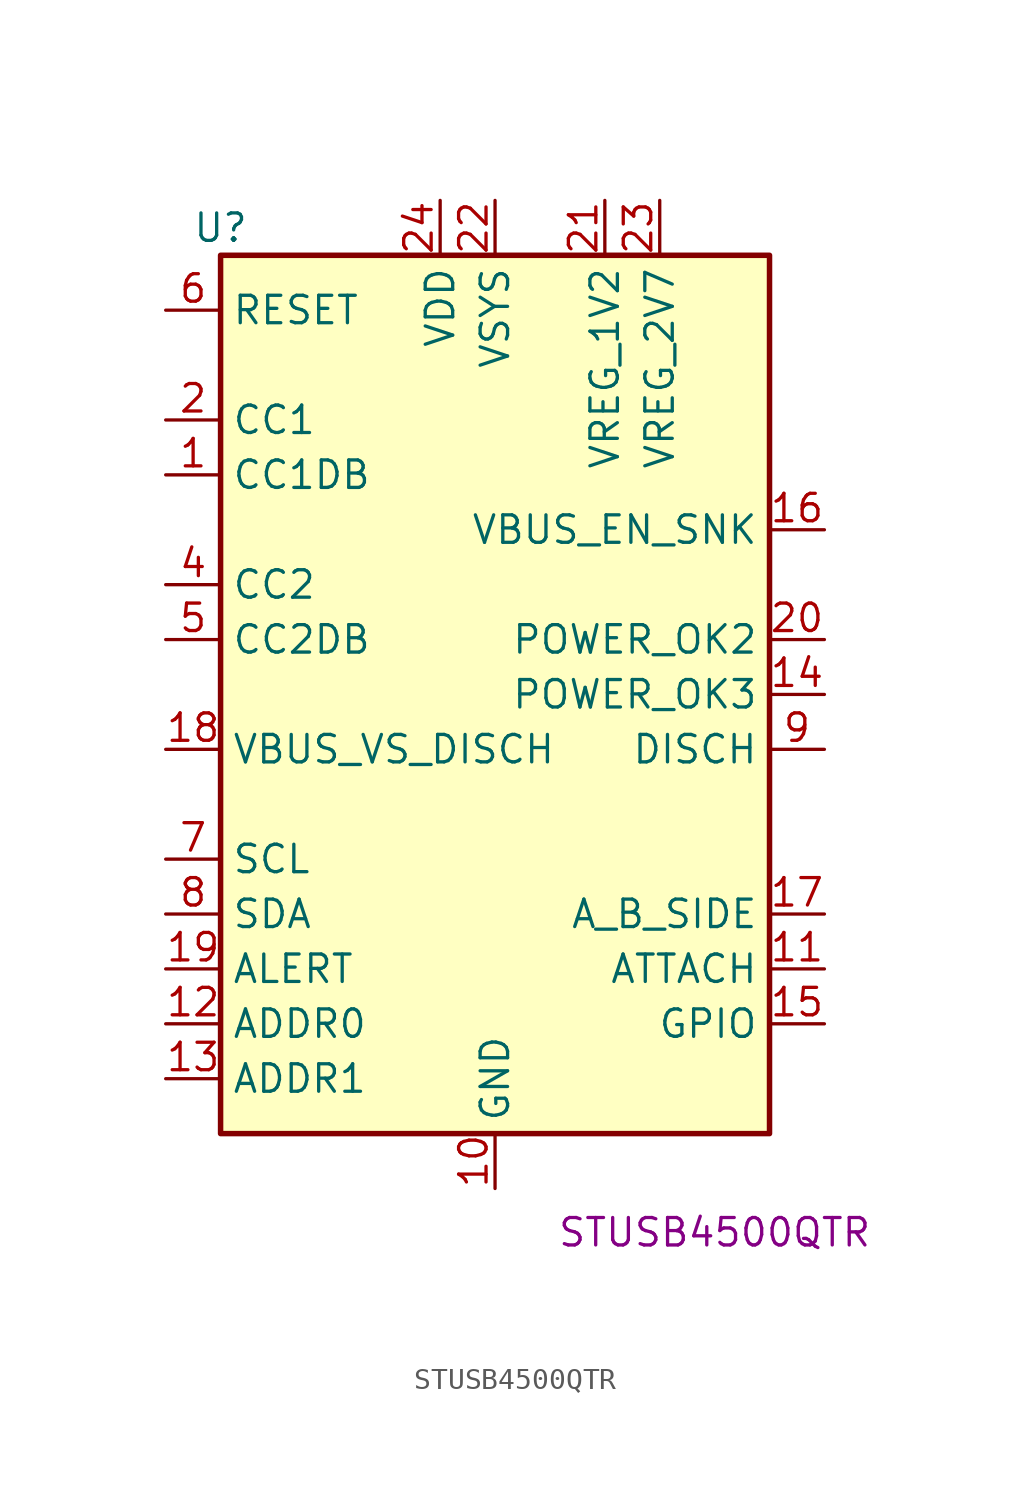
<source format=kicad_sym>
(kicad_symbol_lib
  (version 20231120)
  (generator "kicad_symbol_editor")
  (generator_version "8.0")
  (symbol "STUSB4500QTR"
    (property "Reference" "U"
      (at -12.7 21.59 0)
      (effects (font (size 1.27 1.27))))
    (property "MPN" "STUSB4500QTR"
      (at 10.16 -24.892 0)
      (effects (font (size 1.27 1.27))))
    (symbol "STUSB4500QTR_0_1"
      (rectangle (start -12.7 20.32) (end 12.7 -20.32) (stroke (width 0.254) (type default)) (fill (type background))))
    (symbol "STUSB4500QTR_1_1"
      (pin bidirectional line (at -15.24 10.16 0) (length 2.54) (name "CC1DB" (effects (font (size 1.27 1.27)))) (number "1" (effects (font (size 1.27 1.27)))))
      (pin power_in line (at 0 -22.86 90) (length 2.54) (name "GND" (effects (font (size 1.27 1.27)))) (number "10" (effects (font (size 1.27 1.27)))))
      (pin open_collector line (at 15.24 -12.7 180) (length 2.54) (name "ATTACH" (effects (font (size 1.27 1.27)))) (number "11" (effects (font (size 1.27 1.27)))))
      (pin input line (at -15.24 -15.24 0) (length 2.54) (name "ADDR0" (effects (font (size 1.27 1.27)))) (number "12" (effects (font (size 1.27 1.27)))))
      (pin input line (at -15.24 -17.78 0) (length 2.54) (name "ADDR1" (effects (font (size 1.27 1.27)))) (number "13" (effects (font (size 1.27 1.27)))))
      (pin open_collector line (at 15.24 0 180) (length 2.54) (name "POWER_OK3" (effects (font (size 1.27 1.27)))) (number "14" (effects (font (size 1.27 1.27)))))
      (pin open_collector line (at 15.24 -15.24 180) (length 2.54) (name "GPIO" (effects (font (size 1.27 1.27)))) (number "15" (effects (font (size 1.27 1.27)))))
      (pin open_collector line (at 15.24 7.62 180) (length 2.54) (name "VBUS_EN_SNK" (effects (font (size 1.27 1.27)))) (number "16" (effects (font (size 1.27 1.27)))))
      (pin open_collector line (at 15.24 -10.16 180) (length 2.54) (name "A_B_SIDE" (effects (font (size 1.27 1.27)))) (number "17" (effects (font (size 1.27 1.27)))))
      (pin input line (at -15.24 -2.54 0) (length 2.54) (name "VBUS_VS_DISCH" (effects (font (size 1.27 1.27)))) (number "18" (effects (font (size 1.27 1.27)))))
      (pin open_collector line (at -15.24 -12.7 0) (length 2.54) (name "ALERT" (effects (font (size 1.27 1.27)))) (number "19" (effects (font (size 1.27 1.27)))))
      (pin bidirectional line (at -15.24 12.7 0) (length 2.54) (name "CC1" (effects (font (size 1.27 1.27)))) (number "2" (effects (font (size 1.27 1.27)))))
      (pin open_collector line (at 15.24 2.54 180) (length 2.54) (name "POWER_OK2" (effects (font (size 1.27 1.27)))) (number "20" (effects (font (size 1.27 1.27)))))
      (pin power_out line (at 5.08 22.86 270) (length 2.54) (name "VREG_1V2" (effects (font (size 1.27 1.27)))) (number "21" (effects (font (size 1.27 1.27)))))
      (pin power_in line (at 0 22.86 270) (length 2.54) (name "VSYS" (effects (font (size 1.27 1.27)))) (number "22" (effects (font (size 1.27 1.27)))))
      (pin power_out line (at 7.62 22.86 270) (length 2.54) (name "VREG_2V7" (effects (font (size 1.27 1.27)))) (number "23" (effects (font (size 1.27 1.27)))))
      (pin power_in line (at -2.54 22.86 270) (length 2.54) (name "VDD" (effects (font (size 1.27 1.27)))) (number "24" (effects (font (size 1.27 1.27)))))
      (pin passive line (at 0 -22.86 90) (length 2.54) hide (name "GND" (effects (font (size 1.27 1.27)))) (number "25" (effects (font (size 1.27 1.27)))))
      (pin no_connect line (at -12.7 15.24 0) (length 2.54) hide (name "NC" (effects (font (size 1.27 1.27)))) (number "3" (effects (font (size 1.27 1.27)))))
      (pin bidirectional line (at -15.24 5.08 0) (length 2.54) (name "CC2" (effects (font (size 1.27 1.27)))) (number "4" (effects (font (size 1.27 1.27)))))
      (pin bidirectional line (at -15.24 2.54 0) (length 2.54) (name "CC2DB" (effects (font (size 1.27 1.27)))) (number "5" (effects (font (size 1.27 1.27)))))
      (pin input line (at -15.24 17.78 0) (length 2.54) (name "RESET" (effects (font (size 1.27 1.27)))) (number "6" (effects (font (size 1.27 1.27)))))
      (pin input line (at -15.24 -7.62 0) (length 2.54) (name "SCL" (effects (font (size 1.27 1.27)))) (number "7" (effects (font (size 1.27 1.27)))))
      (pin bidirectional line (at -15.24 -10.16 0) (length 2.54) (name "SDA" (effects (font (size 1.27 1.27)))) (number "8" (effects (font (size 1.27 1.27)))))
      (pin bidirectional line (at 15.24 -2.54 180) (length 2.54) (name "DISCH" (effects (font (size 1.27 1.27)))) (number "9" (effects (font (size 1.27 1.27))))))))
</source>
